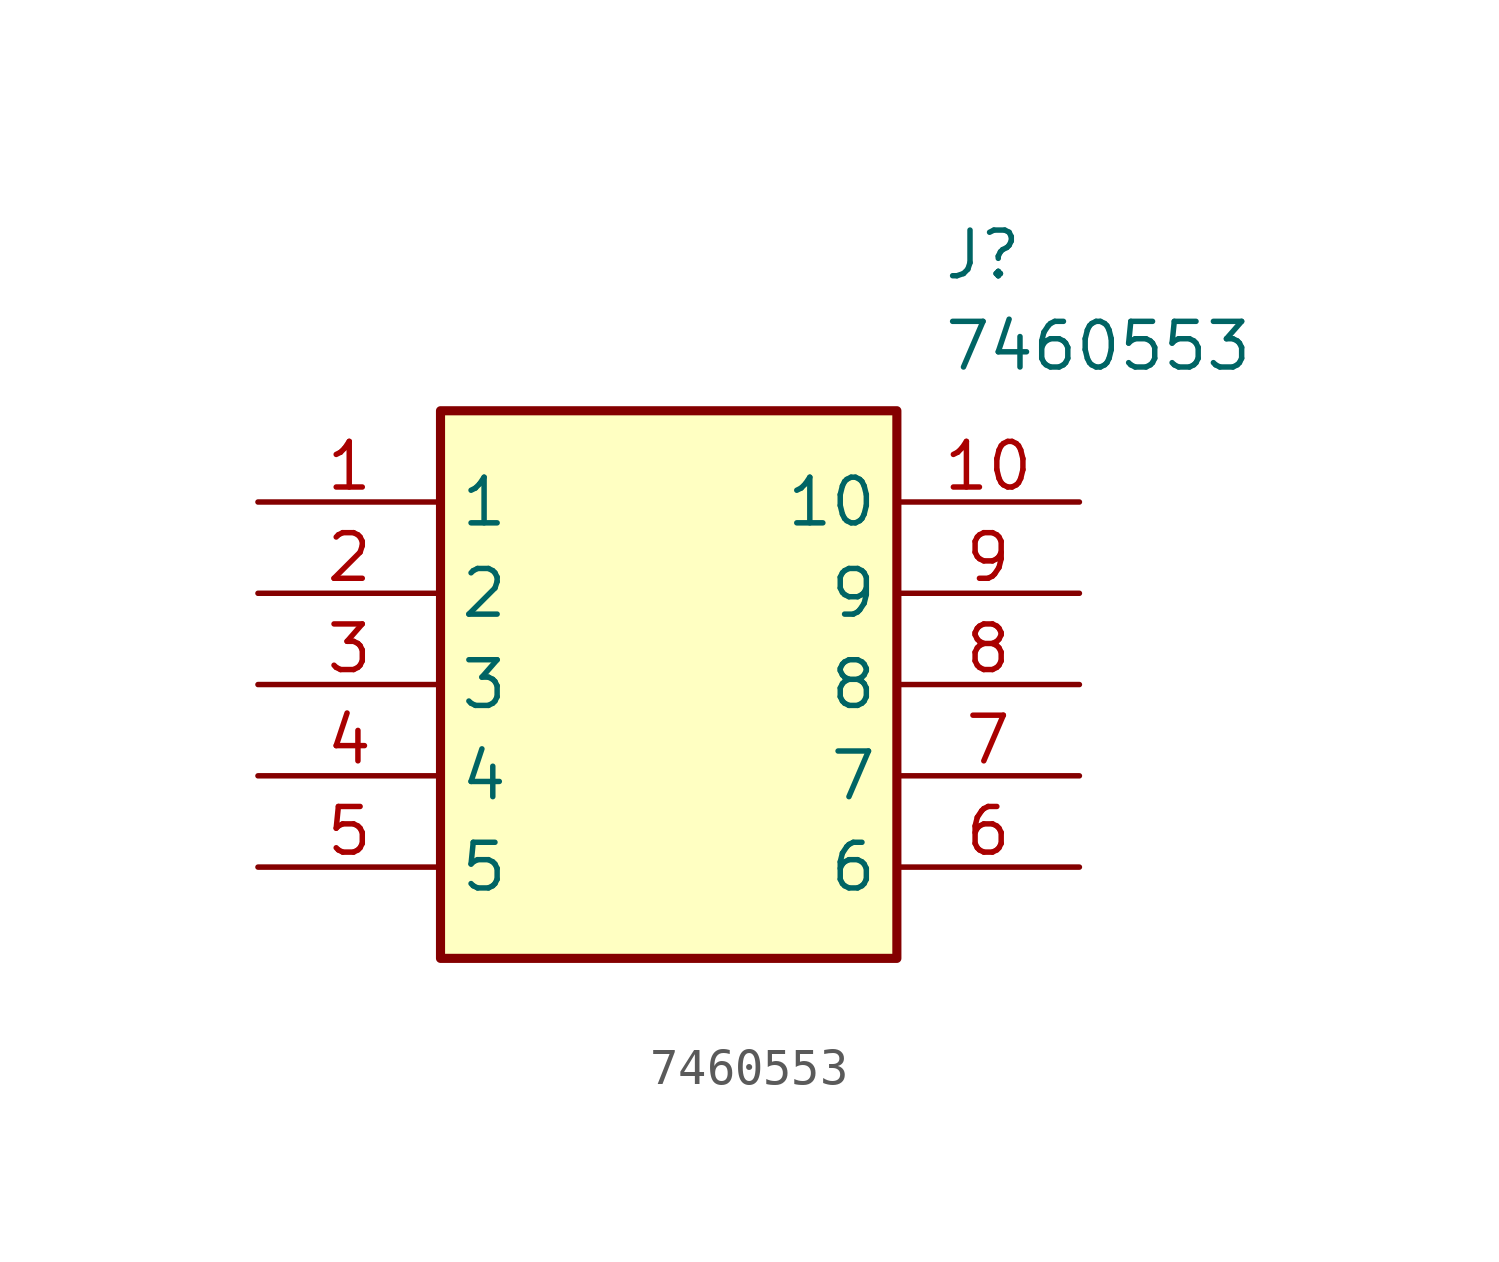
<source format=kicad_sym>
(kicad_symbol_lib
  (version 20211014)
  (generator SamacSys_ECAD_Model)
  (symbol "7460553"
    (property "Reference" "J"
      (at 19.05 7.62 0)
      (effects (font (size 1.27 1.27)) (justify left top)))
    (property "Value" "7460553"
      (at 19.05 5.08 0)
      (effects (font (size 1.27 1.27)) (justify left top)))
    (rectangle
      (start 5.08 2.54)
      (end 17.78 -12.7)
      (stroke (width 0.254) (type default))
      (fill (type background)))
    (pin passive line
      (at 0 0 0)
      (length 5.08)
      (name "1" (effects (font (size 1.27 1.27))))
      (number "1" (effects (font (size 1.27 1.27)))))
    (pin passive line
      (at 0 -2.54 0)
      (length 5.08)
      (name "2" (effects (font (size 1.27 1.27))))
      (number "2" (effects (font (size 1.27 1.27)))))
    (pin passive line
      (at 0 -5.08 0)
      (length 5.08)
      (name "3" (effects (font (size 1.27 1.27))))
      (number "3" (effects (font (size 1.27 1.27)))))
    (pin passive line
      (at 0 -7.62 0)
      (length 5.08)
      (name "4" (effects (font (size 1.27 1.27))))
      (number "4" (effects (font (size 1.27 1.27)))))
    (pin passive line
      (at 0 -10.16 0)
      (length 5.08)
      (name "5" (effects (font (size 1.27 1.27))))
      (number "5" (effects (font (size 1.27 1.27)))))
    (pin passive line
      (at 22.86 -10.16 180)
      (length 5.08)
      (name "6" (effects (font (size 1.27 1.27))))
      (number "6" (effects (font (size 1.27 1.27)))))
    (pin passive line
      (at 22.86 -7.62 180)
      (length 5.08)
      (name "7" (effects (font (size 1.27 1.27))))
      (number "7" (effects (font (size 1.27 1.27)))))
    (pin passive line
      (at 22.86 -5.08 180)
      (length 5.08)
      (name "8" (effects (font (size 1.27 1.27))))
      (number "8" (effects (font (size 1.27 1.27)))))
    (pin passive line
      (at 22.86 -2.54 180)
      (length 5.08)
      (name "9" (effects (font (size 1.27 1.27))))
      (number "9" (effects (font (size 1.27 1.27)))))
    (pin passive line
      (at 22.86 0 180)
      (length 5.08)
      (name "10" (effects (font (size 1.27 1.27))))
      (number "10" (effects (font (size 1.27 1.27)))))))
</source>
